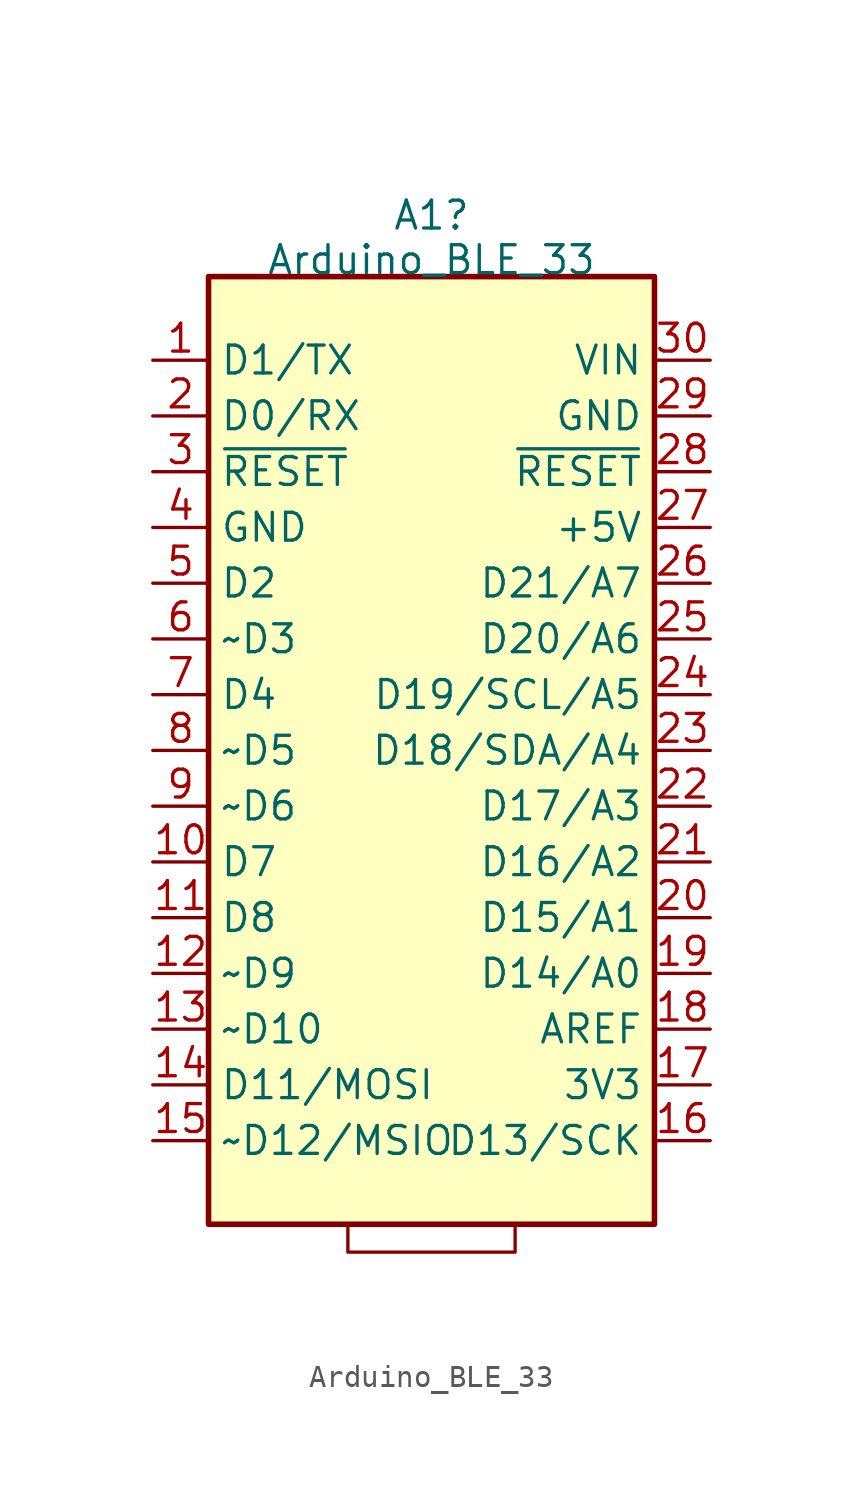
<source format=kicad_sym>
(kicad_symbol_lib
  (version 20211014)
  (generator kicad_symbol_editor)
  (symbol "Arduino_BLE_33"
    (property "Reference" "A1"
      (at 0 25.654 0)
      (effects (font (size 1.27 1.27))))
    (property "Value" "Arduino_BLE_33"
      (at 0 23.622 0)
      (effects (font (size 1.27 1.27))))
    (symbol "Arduino_BLE_33_0_1"
      (rectangle (start -10.16 22.86) (end 10.16 -20.32) (stroke (width 0.254) (type default) (color 0 0 0 0)) (fill (type background)))
      (rectangle (start -3.81 -20.32) (end 3.81 -21.59) (stroke (width 0) (type default) (color 0 0 0 0)) (fill (type none))))
    (symbol "Arduino_BLE_33_1_1"
      (pin bidirectional line (at -12.7 19.05 0) (length 2.54) (name "D1/TX" (effects (font (size 1.27 1.27)))) (number "1" (effects (font (size 1.27 1.27)))))
      (pin bidirectional line (at -12.7 -3.81 0) (length 2.54) (name "D7" (effects (font (size 1.27 1.27)))) (number "10" (effects (font (size 1.27 1.27)))))
      (pin bidirectional line (at -12.7 -6.35 0) (length 2.54) (name "D8" (effects (font (size 1.27 1.27)))) (number "11" (effects (font (size 1.27 1.27)))))
      (pin bidirectional line (at -12.7 -8.89 0) (length 2.54) (name "~D9" (effects (font (size 1.27 1.27)))) (number "12" (effects (font (size 1.27 1.27)))))
      (pin bidirectional line (at -12.7 -11.43 0) (length 2.54) (name "~D10" (effects (font (size 1.27 1.27)))) (number "13" (effects (font (size 1.27 1.27)))))
      (pin bidirectional line (at -12.7 -13.97 0) (length 2.54) (name "D11/MOSI" (effects (font (size 1.27 1.27)))) (number "14" (effects (font (size 1.27 1.27)))))
      (pin bidirectional line (at -12.7 -16.51 0) (length 2.54) (name "~D12/MSIO" (effects (font (size 1.27 1.27)))) (number "15" (effects (font (size 1.27 1.27)))))
      (pin bidirectional line (at 12.7 -16.51 180) (length 2.54) (name "D13/SCK" (effects (font (size 1.27 1.27)))) (number "16" (effects (font (size 1.27 1.27)))))
      (pin power_out line (at 12.7 -13.97 180) (length 2.54) (name "3V3" (effects (font (size 1.27 1.27)))) (number "17" (effects (font (size 1.27 1.27)))))
      (pin input line (at 12.7 -11.43 180) (length 2.54) (name "AREF" (effects (font (size 1.27 1.27)))) (number "18" (effects (font (size 1.27 1.27)))))
      (pin bidirectional line (at 12.7 -8.89 180) (length 2.54) (name "D14/A0" (effects (font (size 1.27 1.27)))) (number "19" (effects (font (size 1.27 1.27)))))
      (pin bidirectional line (at -12.7 16.51 0) (length 2.54) (name "D0/RX" (effects (font (size 1.27 1.27)))) (number "2" (effects (font (size 1.27 1.27)))))
      (pin bidirectional line (at 12.7 -6.35 180) (length 2.54) (name "D15/A1" (effects (font (size 1.27 1.27)))) (number "20" (effects (font (size 1.27 1.27)))))
      (pin bidirectional line (at 12.7 -3.81 180) (length 2.54) (name "D16/A2" (effects (font (size 1.27 1.27)))) (number "21" (effects (font (size 1.27 1.27)))))
      (pin bidirectional line (at 12.7 -1.27 180) (length 2.54) (name "D17/A3" (effects (font (size 1.27 1.27)))) (number "22" (effects (font (size 1.27 1.27)))))
      (pin bidirectional line (at 12.7 1.27 180) (length 2.54) (name "D18/SDA/A4" (effects (font (size 1.27 1.27)))) (number "23" (effects (font (size 1.27 1.27)))))
      (pin bidirectional line (at 12.7 3.81 180) (length 2.54) (name "D19/SCL/A5" (effects (font (size 1.27 1.27)))) (number "24" (effects (font (size 1.27 1.27)))))
      (pin bidirectional line (at 12.7 6.35 180) (length 2.54) (name "D20/A6" (effects (font (size 1.27 1.27)))) (number "25" (effects (font (size 1.27 1.27)))))
      (pin bidirectional line (at 12.7 8.89 180) (length 2.54) (name "D21/A7" (effects (font (size 1.27 1.27)))) (number "26" (effects (font (size 1.27 1.27)))))
      (pin power_out line (at 12.7 11.43 180) (length 2.54) (name "+5V" (effects (font (size 1.27 1.27)))) (number "27" (effects (font (size 1.27 1.27)))))
      (pin input line (at 12.7 13.97 180) (length 2.54) (name "~{RESET}" (effects (font (size 1.27 1.27)))) (number "28" (effects (font (size 1.27 1.27)))))
      (pin power_in line (at 12.7 16.51 180) (length 2.54) (name "GND" (effects (font (size 1.27 1.27)))) (number "29" (effects (font (size 1.27 1.27)))))
      (pin input line (at -12.7 13.97 0) (length 2.54) (name "~{RESET}" (effects (font (size 1.27 1.27)))) (number "3" (effects (font (size 1.27 1.27)))))
      (pin power_in line (at 12.7 19.05 180) (length 2.54) (name "VIN" (effects (font (size 1.27 1.27)))) (number "30" (effects (font (size 1.27 1.27)))))
      (pin power_in line (at -12.7 11.43 0) (length 2.54) (name "GND" (effects (font (size 1.27 1.27)))) (number "4" (effects (font (size 1.27 1.27)))))
      (pin bidirectional line (at -12.7 8.89 0) (length 2.54) (name "D2" (effects (font (size 1.27 1.27)))) (number "5" (effects (font (size 1.27 1.27)))))
      (pin bidirectional line (at -12.7 6.35 0) (length 2.54) (name "~D3" (effects (font (size 1.27 1.27)))) (number "6" (effects (font (size 1.27 1.27)))))
      (pin bidirectional line (at -12.7 3.81 0) (length 2.54) (name "D4" (effects (font (size 1.27 1.27)))) (number "7" (effects (font (size 1.27 1.27)))))
      (pin bidirectional line (at -12.7 1.27 0) (length 2.54) (name "~D5" (effects (font (size 1.27 1.27)))) (number "8" (effects (font (size 1.27 1.27)))))
      (pin bidirectional line (at -12.7 -1.27 0) (length 2.54) (name "~D6" (effects (font (size 1.27 1.27)))) (number "9" (effects (font (size 1.27 1.27))))))))
</source>
